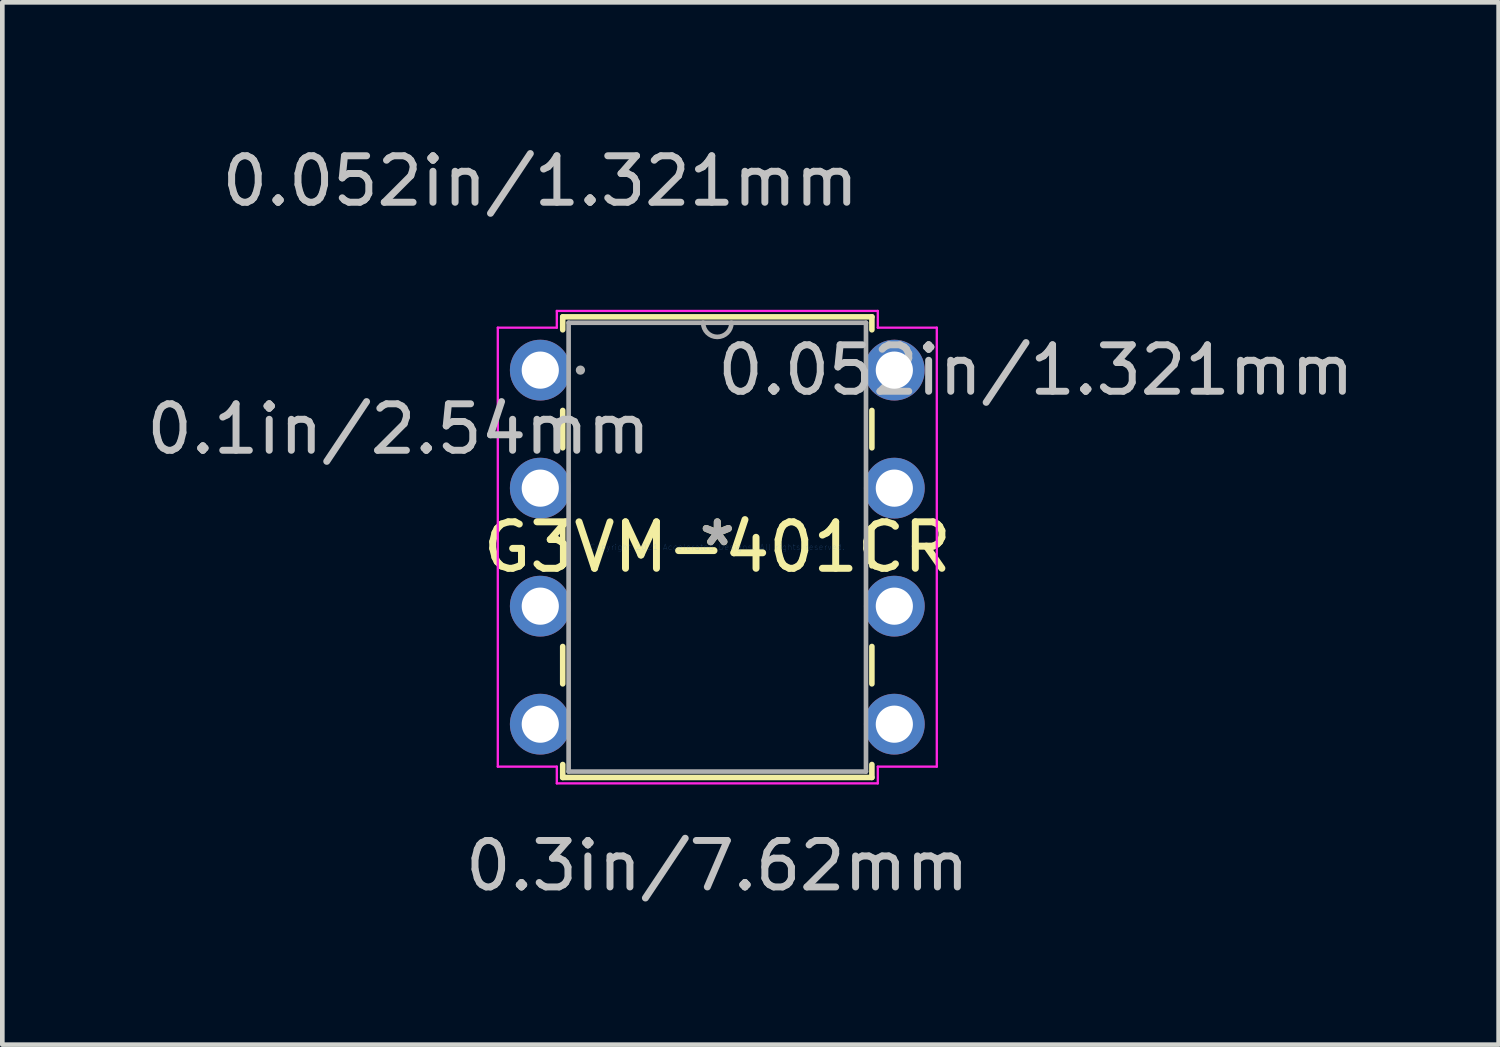
<source format=kicad_pcb>
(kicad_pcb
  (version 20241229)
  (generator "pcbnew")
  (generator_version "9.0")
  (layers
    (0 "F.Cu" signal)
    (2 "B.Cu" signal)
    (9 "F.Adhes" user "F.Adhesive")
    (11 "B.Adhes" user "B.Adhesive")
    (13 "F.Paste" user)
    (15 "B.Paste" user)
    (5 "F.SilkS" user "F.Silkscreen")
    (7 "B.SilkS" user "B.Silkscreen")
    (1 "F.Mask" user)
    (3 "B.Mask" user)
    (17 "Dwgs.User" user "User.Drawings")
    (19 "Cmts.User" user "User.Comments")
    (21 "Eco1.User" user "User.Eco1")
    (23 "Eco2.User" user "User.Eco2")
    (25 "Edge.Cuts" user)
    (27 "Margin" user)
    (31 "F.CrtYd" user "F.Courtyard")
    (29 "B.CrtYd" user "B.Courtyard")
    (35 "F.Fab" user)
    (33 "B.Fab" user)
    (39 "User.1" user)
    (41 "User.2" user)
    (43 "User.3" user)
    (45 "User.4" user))
  (footprint "G3VM-401CR"
    (layer "F.Cu")
    (at 12.388 8.726)
    (property "Reference" "G3VM-401CR" (at 0 0 0) (layer "F.SilkS") (effects (font (size 1 1) (thickness 0.15))))
    (attr through_hole)
    (fp_line (start -3.327 -4.957) (end -3.327 -4.678) (stroke (width 0.12) (type solid)) (layer "F.SilkS"))
    (fp_line (start -3.327 -2.942) (end -3.327 -2.138) (stroke (width 0.12) (type solid)) (layer "F.SilkS"))
    (fp_line (start -3.327 -0.402) (end -3.327 0.402) (stroke (width 0.12) (type solid)) (layer "F.SilkS"))
    (fp_line (start -3.327 2.138) (end -3.327 2.942) (stroke (width 0.12) (type solid)) (layer "F.SilkS"))
    (fp_line (start -3.327 4.678) (end -3.327 4.957) (stroke (width 0.12) (type solid)) (layer "F.SilkS"))
    (fp_line (start -3.327 4.957) (end 3.327 4.957) (stroke (width 0.12) (type solid)) (layer "F.SilkS"))
    (fp_line (start 3.327 -4.957) (end -3.327 -4.957) (stroke (width 0.12) (type solid)) (layer "F.SilkS"))
    (fp_line (start 3.327 -4.678) (end 3.327 -4.957) (stroke (width 0.12) (type solid)) (layer "F.SilkS"))
    (fp_line (start 3.327 -2.138) (end 3.327 -2.942) (stroke (width 0.12) (type solid)) (layer "F.SilkS"))
    (fp_line (start 3.327 0.402) (end 3.327 -0.402) (stroke (width 0.12) (type solid)) (layer "F.SilkS"))
    (fp_line (start 3.327 2.942) (end 3.327 2.138) (stroke (width 0.12) (type solid)) (layer "F.SilkS"))
    (fp_line (start 3.327 4.957) (end 3.327 4.678) (stroke (width 0.12) (type solid)) (layer "F.SilkS"))
    (fp_line (start -4.724 -4.724) (end -3.454 -4.724) (stroke (width 0.05) (type solid)) (layer "F.CrtYd"))
    (fp_line (start -4.724 4.724) (end -4.724 -4.724) (stroke (width 0.05) (type solid)) (layer "F.CrtYd"))
    (fp_line (start -3.454 -5.084) (end 3.454 -5.084) (stroke (width 0.05) (type solid)) (layer "F.CrtYd"))
    (fp_line (start -3.454 -4.724) (end -3.454 -5.084) (stroke (width 0.05) (type solid)) (layer "F.CrtYd"))
    (fp_line (start -3.454 4.724) (end -4.724 4.724) (stroke (width 0.05) (type solid)) (layer "F.CrtYd"))
    (fp_line (start -3.454 5.084) (end -3.454 4.724) (stroke (width 0.05) (type solid)) (layer "F.CrtYd"))
    (fp_line (start 3.454 -5.084) (end 3.454 -4.724) (stroke (width 0.05) (type solid)) (layer "F.CrtYd"))
    (fp_line (start 3.454 -4.724) (end 4.724 -4.724) (stroke (width 0.05) (type solid)) (layer "F.CrtYd"))
    (fp_line (start 3.454 4.724) (end 3.454 5.084) (stroke (width 0.05) (type solid)) (layer "F.CrtYd"))
    (fp_line (start 3.454 5.084) (end -3.454 5.084) (stroke (width 0.05) (type solid)) (layer "F.CrtYd"))
    (fp_line (start 4.724 -4.724) (end 4.724 4.724) (stroke (width 0.05) (type solid)) (layer "F.CrtYd"))
    (fp_line (start 4.724 4.724) (end 3.454 4.724) (stroke (width 0.05) (type solid)) (layer "F.CrtYd"))
    (fp_line (start -3.2 -4.83) (end -3.2 4.83) (stroke (width 0.1) (type solid)) (layer "F.Fab"))
    (fp_line (start -3.2 4.83) (end 3.2 4.83) (stroke (width 0.1) (type solid)) (layer "F.Fab"))
    (fp_line (start 3.2 -4.83) (end -3.2 -4.83) (stroke (width 0.1) (type solid)) (layer "F.Fab"))
    (fp_line (start 3.2 4.83) (end 3.2 -4.83) (stroke (width 0.1) (type solid)) (layer "F.Fab"))
    (fp_arc (start 0.3048 -4.830001) (mid 0 -4.525201) (end -0.3048 -4.830001) (stroke (width 0.1) (type solid)) (layer "F.Fab"))
    (fp_circle (center -2.946 -3.81) (end -2.946 -3.81) (stroke (width 0.1) (type solid)) (fill no) (layer "F.Fab"))
    (fp_text user "*" (at 0 0 0) (layer "F.SilkS") (effects (font (size 1 1) (thickness 0.15))))
    (fp_text user "0.3in/7.62mm" (at 0 6.858 0) (layer "Dwgs.User") (effects (font (size 1 1) (thickness 0.15))))
    (fp_text user "0.052in/1.321mm" (at -3.81 -7.878 0) (layer "Dwgs.User") (effects (font (size 1 1) (thickness 0.15))))
    (fp_text user "0.052in/1.321mm" (at 6.858 -3.81 0) (layer "Dwgs.User") (effects (font (size 1 1) (thickness 0.15))))
    (fp_text user "0.1in/2.54mm" (at -6.858 -2.54 0) (layer "Dwgs.User") (effects (font (size 1 1) (thickness 0.15))))
    (fp_text user "Copyright 2021 Accelerated Designs. All rights reserved." (at 0 0 0) (layer "Cmts.User") (effects (font (size 0.127 0.127) (thickness 0.002))))
    (fp_text user "*" (at 0 0 0) (layer "F.Fab") (effects (font (size 1 1) (thickness 0.15))))
    (pad "1" thru_hole circle (at -3.81 -3.81) (size 1.308 1.308) (drill 0.8) (layers "*.Cu" "*.Mask"))
    (pad "2" thru_hole circle (at -3.81 -1.27) (size 1.308 1.308) (drill 0.8) (layers "*.Cu" "*.Mask"))
    (pad "3" thru_hole circle (at -3.81 1.27) (size 1.308 1.308) (drill 0.8) (layers "*.Cu" "*.Mask"))
    (pad "4" thru_hole circle (at -3.81 3.81) (size 1.308 1.308) (drill 0.8) (layers "*.Cu" "*.Mask"))
    (pad "5" thru_hole circle (at 3.81 3.81) (size 1.308 1.308) (drill 0.8) (layers "*.Cu" "*.Mask"))
    (pad "6" thru_hole circle (at 3.81 1.27) (size 1.308 1.308) (drill 0.8) (layers "*.Cu" "*.Mask"))
    (pad "7" thru_hole circle (at 3.81 -1.27) (size 1.308 1.308) (drill 0.8) (layers "*.Cu" "*.Mask"))
    (pad "8" thru_hole circle (at 3.81 -3.81) (size 1.308 1.308) (drill 0.8) (layers "*.Cu" "*.Mask")))
  (gr_rect
    (start -3 -3)
    (end 29.204 19.433)
    (stroke (width 0.1) (type default))
    (fill no)
    (layer "Edge.Cuts")))
</source>
